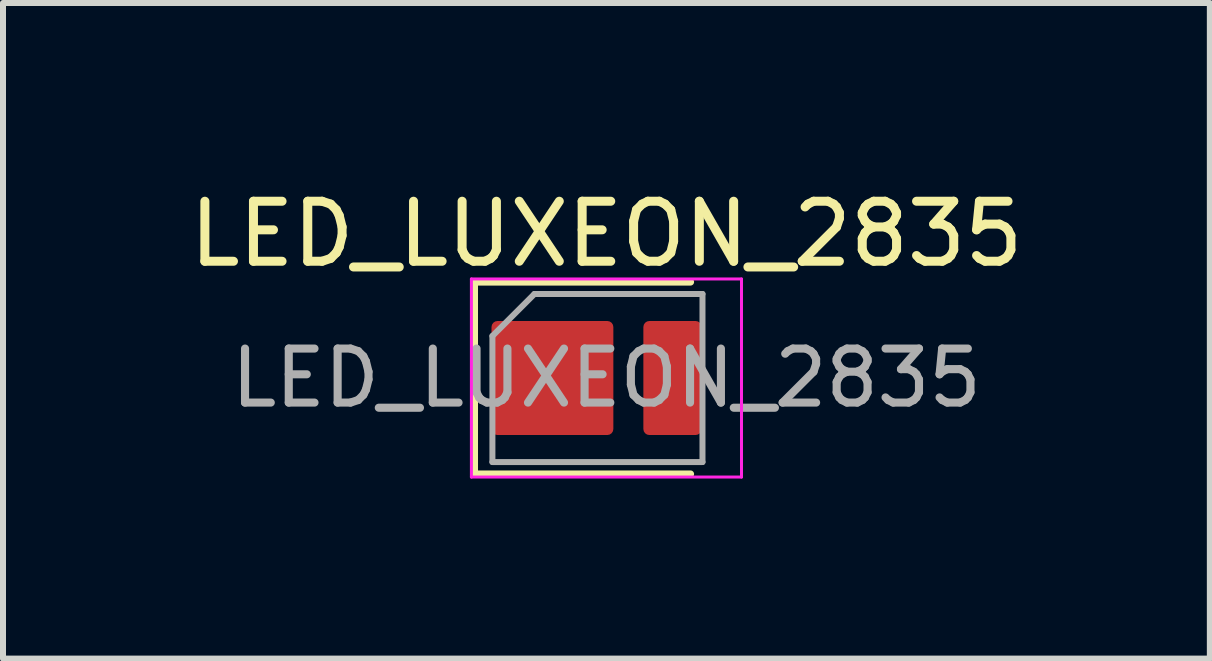
<source format=kicad_pcb>
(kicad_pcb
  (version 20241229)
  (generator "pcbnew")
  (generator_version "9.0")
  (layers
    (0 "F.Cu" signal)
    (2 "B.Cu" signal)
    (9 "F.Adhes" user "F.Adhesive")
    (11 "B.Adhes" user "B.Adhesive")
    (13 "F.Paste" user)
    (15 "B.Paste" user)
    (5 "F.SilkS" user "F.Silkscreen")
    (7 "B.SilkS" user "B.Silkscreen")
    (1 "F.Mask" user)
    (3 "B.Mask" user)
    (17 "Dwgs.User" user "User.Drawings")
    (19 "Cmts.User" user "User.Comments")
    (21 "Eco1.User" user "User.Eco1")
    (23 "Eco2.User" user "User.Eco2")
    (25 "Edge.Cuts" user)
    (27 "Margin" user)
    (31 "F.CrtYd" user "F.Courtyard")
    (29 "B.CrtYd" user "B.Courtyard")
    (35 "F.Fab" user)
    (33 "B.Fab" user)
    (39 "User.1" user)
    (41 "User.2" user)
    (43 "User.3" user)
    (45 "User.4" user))
  (footprint "LED_LUXEON_2835"
    (layer "F.Cu")
    (at 7.054 3.248)
    (property "Reference" "LED_LUXEON_2835" (at 0 -2.4 0) (layer "F.SilkS") (effects (font (size 1 1) (thickness 0.15))))
    (attr smd)
    (fp_line (start -2.2 -1.6) (end -2.2 1.6) (stroke (width 0.12) (type solid)) (layer "F.SilkS"))
    (fp_line (start 1.4 -1.6) (end -2.2 -1.6) (stroke (width 0.12) (type solid)) (layer "F.SilkS"))
    (fp_line (start 1.4 1.6) (end -2.2 1.6) (stroke (width 0.12) (type solid)) (layer "F.SilkS"))
    (fp_line (start -2.25 -1.65) (end 2.25 -1.65) (stroke (width 0.05) (type solid)) (layer "F.CrtYd"))
    (fp_line (start -2.25 1.65) (end -2.25 -1.65) (stroke (width 0.05) (type solid)) (layer "F.CrtYd"))
    (fp_line (start 2.25 -1.65) (end 2.25 1.65) (stroke (width 0.05) (type solid)) (layer "F.CrtYd"))
    (fp_line (start 2.25 1.65) (end -2.25 1.65) (stroke (width 0.05) (type solid)) (layer "F.CrtYd"))
    (fp_line (start -1.9 1.4) (end -1.9 -0.7) (stroke (width 0.1) (type solid)) (layer "F.Fab"))
    (fp_line (start -1.2 -1.4) (end -1.9 -0.7) (stroke (width 0.1) (type solid)) (layer "F.Fab"))
    (fp_line (start -1.2 -1.4) (end 1.6 -1.4) (stroke (width 0.1) (type solid)) (layer "F.Fab"))
    (fp_line (start 1.6 -1.4) (end 1.6 1.4) (stroke (width 0.1) (type solid)) (layer "F.Fab"))
    (fp_line (start 1.6 1.4) (end -1.9 1.4) (stroke (width 0.1) (type solid)) (layer "F.Fab"))
    (fp_text user "${REFERENCE}" (at 0 0 0) (layer "F.Fab") (effects (font (size 0.9 0.9) (thickness 0.135))))
    (pad "1" smd roundrect (at -0.9 0) (size 2.03 1.9) (layers "F.Cu" "F.Mask" "F.Paste") (roundrect_rratio 0.053))
    (pad "2" smd roundrect (at 1.1 0) (size 0.97 1.9) (layers "F.Cu" "F.Mask" "F.Paste") (roundrect_rratio 0.103)))
  (gr_rect
    (start -3 -3)
    (end 17.107 7.923)
    (stroke (width 0.1) (type default))
    (fill no)
    (layer "Edge.Cuts")))
</source>
